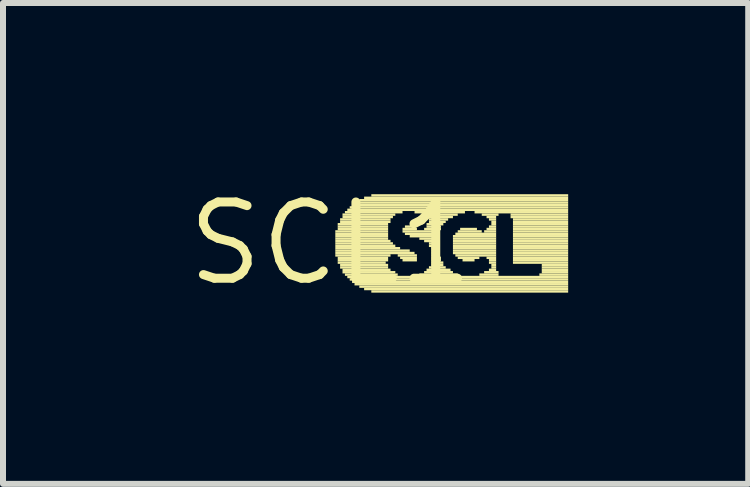
<source format=kicad_pcb>
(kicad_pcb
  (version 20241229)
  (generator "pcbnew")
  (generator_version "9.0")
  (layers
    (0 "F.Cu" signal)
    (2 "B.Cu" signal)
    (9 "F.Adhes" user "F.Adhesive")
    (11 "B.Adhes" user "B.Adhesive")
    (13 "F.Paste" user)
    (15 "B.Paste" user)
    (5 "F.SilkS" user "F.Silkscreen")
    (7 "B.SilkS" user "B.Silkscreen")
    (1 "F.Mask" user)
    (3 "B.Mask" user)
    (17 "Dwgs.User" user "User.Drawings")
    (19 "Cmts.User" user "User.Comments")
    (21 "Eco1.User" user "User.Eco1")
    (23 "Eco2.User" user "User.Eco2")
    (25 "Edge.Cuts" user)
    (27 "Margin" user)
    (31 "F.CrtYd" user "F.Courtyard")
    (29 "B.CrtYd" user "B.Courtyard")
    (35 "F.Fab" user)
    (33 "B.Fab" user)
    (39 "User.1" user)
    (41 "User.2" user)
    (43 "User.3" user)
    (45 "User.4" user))
  (footprint "SCL1"
    (layer "F.Cu")
    (at 2.457 1.006)
    (property "Reference" "SCL1" (at 0 0 0) (layer "F.SilkS") (effects (font (size 1.27 1.27) (thickness 0.15))))
    (attr through_hole)
    (fp_poly (pts (xy 0.08 -0.18) (xy 0.96 -0.18) (xy 0.96 -0.22) (xy 0.08 -0.22)) (stroke (width 0) (type solid)) (fill yes) (layer "F.SilkS"))
    (fp_poly (pts (xy 0.08 -0.14) (xy 0.96 -0.14) (xy 0.96 -0.18) (xy 0.08 -0.18)) (stroke (width 0) (type solid)) (fill yes) (layer "F.SilkS"))
    (fp_poly (pts (xy 0.08 -0.1) (xy 0.96 -0.1) (xy 0.96 -0.14) (xy 0.08 -0.14)) (stroke (width 0) (type solid)) (fill yes) (layer "F.SilkS"))
    (fp_poly (pts (xy 0.08 -0.06) (xy 0.96 -0.06) (xy 0.96 -0.1) (xy 0.08 -0.1)) (stroke (width 0) (type solid)) (fill yes) (layer "F.SilkS"))
    (fp_poly (pts (xy 0.08 -0.02) (xy 1 -0.02) (xy 1 -0.06) (xy 0.08 -0.06)) (stroke (width 0) (type solid)) (fill yes) (layer "F.SilkS"))
    (fp_poly (pts (xy 0.08 0.02) (xy 1.04 0.02) (xy 1.04 -0.02) (xy 0.08 -0.02)) (stroke (width 0) (type solid)) (fill yes) (layer "F.SilkS"))
    (fp_poly (pts (xy 0.08 0.06) (xy 1.08 0.06) (xy 1.08 0.02) (xy 0.08 0.02)) (stroke (width 0) (type solid)) (fill yes) (layer "F.SilkS"))
    (fp_poly (pts (xy 0.08 0.1) (xy 1.16 0.1) (xy 1.16 0.06) (xy 0.08 0.06)) (stroke (width 0) (type solid)) (fill yes) (layer "F.SilkS"))
    (fp_poly (pts (xy 0.08 0.14) (xy 1.32 0.14) (xy 1.32 0.1) (xy 0.08 0.1)) (stroke (width 0) (type solid)) (fill yes) (layer "F.SilkS"))
    (fp_poly (pts (xy 0.08 0.18) (xy 1.4 0.18) (xy 1.4 0.14) (xy 0.08 0.14)) (stroke (width 0) (type solid)) (fill yes) (layer "F.SilkS"))
    (fp_poly (pts (xy 0.08 0.22) (xy 1 0.22) (xy 1 0.18) (xy 0.08 0.18)) (stroke (width 0) (type solid)) (fill yes) (layer "F.SilkS"))
    (fp_poly (pts (xy 0.12 -0.3) (xy 0.96 -0.3) (xy 0.96 -0.34) (xy 0.12 -0.34)) (stroke (width 0) (type solid)) (fill yes) (layer "F.SilkS"))
    (fp_poly (pts (xy 0.12 -0.26) (xy 0.96 -0.26) (xy 0.96 -0.3) (xy 0.12 -0.3)) (stroke (width 0) (type solid)) (fill yes) (layer "F.SilkS"))
    (fp_poly (pts (xy 0.12 -0.22) (xy 0.96 -0.22) (xy 0.96 -0.26) (xy 0.12 -0.26)) (stroke (width 0) (type solid)) (fill yes) (layer "F.SilkS"))
    (fp_poly (pts (xy 0.12 0.26) (xy 0.96 0.26) (xy 0.96 0.22) (xy 0.12 0.22)) (stroke (width 0) (type solid)) (fill yes) (layer "F.SilkS"))
    (fp_poly (pts (xy 0.12 0.3) (xy 0.96 0.3) (xy 0.96 0.26) (xy 0.12 0.26)) (stroke (width 0) (type solid)) (fill yes) (layer "F.SilkS"))
    (fp_poly (pts (xy 0.12 0.34) (xy 0.92 0.34) (xy 0.92 0.3) (xy 0.12 0.3)) (stroke (width 0) (type solid)) (fill yes) (layer "F.SilkS"))
    (fp_poly (pts (xy 0.16 -0.38) (xy 1 -0.38) (xy 1 -0.42) (xy 0.16 -0.42)) (stroke (width 0) (type solid)) (fill yes) (layer "F.SilkS"))
    (fp_poly (pts (xy 0.16 -0.34) (xy 1 -0.34) (xy 1 -0.38) (xy 0.16 -0.38)) (stroke (width 0) (type solid)) (fill yes) (layer "F.SilkS"))
    (fp_poly (pts (xy 0.16 0.38) (xy 0.96 0.38) (xy 0.96 0.34) (xy 0.16 0.34)) (stroke (width 0) (type solid)) (fill yes) (layer "F.SilkS"))
    (fp_poly (pts (xy 0.16 0.42) (xy 0.96 0.42) (xy 0.96 0.38) (xy 0.16 0.38)) (stroke (width 0) (type solid)) (fill yes) (layer "F.SilkS"))
    (fp_poly (pts (xy 0.2 -0.46) (xy 1.08 -0.46) (xy 1.08 -0.5) (xy 0.2 -0.5)) (stroke (width 0) (type solid)) (fill yes) (layer "F.SilkS"))
    (fp_poly (pts (xy 0.2 -0.42) (xy 1.04 -0.42) (xy 1.04 -0.46) (xy 0.2 -0.46)) (stroke (width 0) (type solid)) (fill yes) (layer "F.SilkS"))
    (fp_poly (pts (xy 0.2 0.46) (xy 1 0.46) (xy 1 0.42) (xy 0.2 0.42)) (stroke (width 0) (type solid)) (fill yes) (layer "F.SilkS"))
    (fp_poly (pts (xy 0.2 0.5) (xy 1.08 0.5) (xy 1.08 0.46) (xy 0.2 0.46)) (stroke (width 0) (type solid)) (fill yes) (layer "F.SilkS"))
    (fp_poly (pts (xy 0.24 -0.5) (xy 1.2 -0.5) (xy 1.2 -0.54) (xy 0.24 -0.54)) (stroke (width 0) (type solid)) (fill yes) (layer "F.SilkS"))
    (fp_poly (pts (xy 0.24 0.54) (xy 1.12 0.54) (xy 1.12 0.5) (xy 0.24 0.5)) (stroke (width 0) (type solid)) (fill yes) (layer "F.SilkS"))
    (fp_poly (pts (xy 0.28 -0.54) (xy 3.96 -0.54) (xy 3.96 -0.58) (xy 0.28 -0.58)) (stroke (width 0) (type solid)) (fill yes) (layer "F.SilkS"))
    (fp_poly (pts (xy 0.28 0.58) (xy 3.96 0.58) (xy 3.96 0.54) (xy 0.28 0.54)) (stroke (width 0) (type solid)) (fill yes) (layer "F.SilkS"))
    (fp_poly (pts (xy 0.32 -0.58) (xy 3.96 -0.58) (xy 3.96 -0.62) (xy 0.32 -0.62)) (stroke (width 0) (type solid)) (fill yes) (layer "F.SilkS"))
    (fp_poly (pts (xy 0.32 0.62) (xy 3.96 0.62) (xy 3.96 0.58) (xy 0.32 0.58)) (stroke (width 0) (type solid)) (fill yes) (layer "F.SilkS"))
    (fp_poly (pts (xy 0.36 -0.62) (xy 3.96 -0.62) (xy 3.96 -0.66) (xy 0.36 -0.66)) (stroke (width 0) (type solid)) (fill yes) (layer "F.SilkS"))
    (fp_poly (pts (xy 0.36 0.66) (xy 3.96 0.66) (xy 3.96 0.62) (xy 0.36 0.62)) (stroke (width 0) (type solid)) (fill yes) (layer "F.SilkS"))
    (fp_poly (pts (xy 0.4 -0.66) (xy 3.96 -0.66) (xy 3.96 -0.7) (xy 0.4 -0.7)) (stroke (width 0) (type solid)) (fill yes) (layer "F.SilkS"))
    (fp_poly (pts (xy 0.4 0.7) (xy 3.96 0.7) (xy 3.96 0.66) (xy 0.4 0.66)) (stroke (width 0) (type solid)) (fill yes) (layer "F.SilkS"))
    (fp_poly (pts (xy 0.48 -0.7) (xy 3.96 -0.7) (xy 3.96 -0.74) (xy 0.48 -0.74)) (stroke (width 0) (type solid)) (fill yes) (layer "F.SilkS"))
    (fp_poly (pts (xy 0.48 0.74) (xy 3.96 0.74) (xy 3.96 0.7) (xy 0.48 0.7)) (stroke (width 0) (type solid)) (fill yes) (layer "F.SilkS"))
    (fp_poly (pts (xy 0.56 -0.74) (xy 3.96 -0.74) (xy 3.96 -0.78) (xy 0.56 -0.78)) (stroke (width 0) (type solid)) (fill yes) (layer "F.SilkS"))
    (fp_poly (pts (xy 0.56 0.78) (xy 3.96 0.78) (xy 3.96 0.74) (xy 0.56 0.74)) (stroke (width 0) (type solid)) (fill yes) (layer "F.SilkS"))
    (fp_poly (pts (xy 0.68 -0.78) (xy 3.96 -0.78) (xy 3.96 -0.82) (xy 0.68 -0.82)) (stroke (width 0) (type solid)) (fill yes) (layer "F.SilkS"))
    (fp_poly (pts (xy 0.68 0.82) (xy 3.96 0.82) (xy 3.96 0.78) (xy 0.68 0.78)) (stroke (width 0) (type solid)) (fill yes) (layer "F.SilkS"))
    (fp_poly (pts (xy 1.12 0.22) (xy 1.44 0.22) (xy 1.44 0.18) (xy 1.12 0.18)) (stroke (width 0) (type solid)) (fill yes) (layer "F.SilkS"))
    (fp_poly (pts (xy 1.16 0.26) (xy 1.44 0.26) (xy 1.44 0.22) (xy 1.16 0.22)) (stroke (width 0) (type solid)) (fill yes) (layer "F.SilkS"))
    (fp_poly (pts (xy 1.2 -0.22) (xy 1.44 -0.22) (xy 1.44 -0.26) (xy 1.2 -0.26)) (stroke (width 0) (type solid)) (fill yes) (layer "F.SilkS"))
    (fp_poly (pts (xy 1.2 -0.18) (xy 1.8 -0.18) (xy 1.8 -0.22) (xy 1.2 -0.22)) (stroke (width 0) (type solid)) (fill yes) (layer "F.SilkS"))
    (fp_poly (pts (xy 1.2 0.3) (xy 1.44 0.3) (xy 1.44 0.26) (xy 1.2 0.26)) (stroke (width 0) (type solid)) (fill yes) (layer "F.SilkS"))
    (fp_poly (pts (xy 1.24 -0.26) (xy 1.4 -0.26) (xy 1.4 -0.3) (xy 1.24 -0.3)) (stroke (width 0) (type solid)) (fill yes) (layer "F.SilkS"))
    (fp_poly (pts (xy 1.24 -0.14) (xy 1.8 -0.14) (xy 1.8 -0.18) (xy 1.24 -0.18)) (stroke (width 0) (type solid)) (fill yes) (layer "F.SilkS"))
    (fp_poly (pts (xy 1.32 -0.1) (xy 1.8 -0.1) (xy 1.8 -0.14) (xy 1.32 -0.14)) (stroke (width 0) (type solid)) (fill yes) (layer "F.SilkS"))
    (fp_poly (pts (xy 1.4 -0.5) (xy 2.24 -0.5) (xy 2.24 -0.54) (xy 1.4 -0.54)) (stroke (width 0) (type solid)) (fill yes) (layer "F.SilkS"))
    (fp_poly (pts (xy 1.48 -0.06) (xy 1.76 -0.06) (xy 1.76 -0.1) (xy 1.48 -0.1)) (stroke (width 0) (type solid)) (fill yes) (layer "F.SilkS"))
    (fp_poly (pts (xy 1.48 0.54) (xy 2.12 0.54) (xy 2.12 0.5) (xy 1.48 0.5)) (stroke (width 0) (type solid)) (fill yes) (layer "F.SilkS"))
    (fp_poly (pts (xy 1.52 -0.46) (xy 2.12 -0.46) (xy 2.12 -0.5) (xy 1.52 -0.5)) (stroke (width 0) (type solid)) (fill yes) (layer "F.SilkS"))
    (fp_poly (pts (xy 1.56 -0.22) (xy 1.84 -0.22) (xy 1.84 -0.26) (xy 1.56 -0.26)) (stroke (width 0) (type solid)) (fill yes) (layer "F.SilkS"))
    (fp_poly (pts (xy 1.56 -0.02) (xy 1.76 -0.02) (xy 1.76 -0.06) (xy 1.56 -0.06)) (stroke (width 0) (type solid)) (fill yes) (layer "F.SilkS"))
    (fp_poly (pts (xy 1.56 0.5) (xy 2.04 0.5) (xy 2.04 0.46) (xy 1.56 0.46)) (stroke (width 0) (type solid)) (fill yes) (layer "F.SilkS"))
    (fp_poly (pts (xy 1.6 -0.42) (xy 2.04 -0.42) (xy 2.04 -0.46) (xy 1.6 -0.46)) (stroke (width 0) (type solid)) (fill yes) (layer "F.SilkS"))
    (fp_poly (pts (xy 1.6 -0.3) (xy 1.88 -0.3) (xy 1.88 -0.34) (xy 1.6 -0.34)) (stroke (width 0) (type solid)) (fill yes) (layer "F.SilkS"))
    (fp_poly (pts (xy 1.6 -0.26) (xy 1.84 -0.26) (xy 1.84 -0.3) (xy 1.6 -0.3)) (stroke (width 0) (type solid)) (fill yes) (layer "F.SilkS"))
    (fp_poly (pts (xy 1.6 0.46) (xy 2 0.46) (xy 2 0.42) (xy 1.6 0.42)) (stroke (width 0) (type solid)) (fill yes) (layer "F.SilkS"))
    (fp_poly (pts (xy 1.64 -0.38) (xy 1.96 -0.38) (xy 1.96 -0.42) (xy 1.64 -0.42)) (stroke (width 0) (type solid)) (fill yes) (layer "F.SilkS"))
    (fp_poly (pts (xy 1.64 -0.34) (xy 1.92 -0.34) (xy 1.92 -0.38) (xy 1.64 -0.38)) (stroke (width 0) (type solid)) (fill yes) (layer "F.SilkS"))
    (fp_poly (pts (xy 1.64 0.02) (xy 1.76 0.02) (xy 1.76 -0.02) (xy 1.64 -0.02)) (stroke (width 0) (type solid)) (fill yes) (layer "F.SilkS"))
    (fp_poly (pts (xy 1.64 0.06) (xy 1.76 0.06) (xy 1.76 0.02) (xy 1.64 0.02)) (stroke (width 0) (type solid)) (fill yes) (layer "F.SilkS"))
    (fp_poly (pts (xy 1.64 0.42) (xy 1.92 0.42) (xy 1.92 0.38) (xy 1.64 0.38)) (stroke (width 0) (type solid)) (fill yes) (layer "F.SilkS"))
    (fp_poly (pts (xy 1.68 0.1) (xy 1.76 0.1) (xy 1.76 0.06) (xy 1.68 0.06)) (stroke (width 0) (type solid)) (fill yes) (layer "F.SilkS"))
    (fp_poly (pts (xy 1.68 0.14) (xy 1.8 0.14) (xy 1.8 0.1) (xy 1.68 0.1)) (stroke (width 0) (type solid)) (fill yes) (layer "F.SilkS"))
    (fp_poly (pts (xy 1.68 0.18) (xy 1.8 0.18) (xy 1.8 0.14) (xy 1.68 0.14)) (stroke (width 0) (type solid)) (fill yes) (layer "F.SilkS"))
    (fp_poly (pts (xy 1.68 0.22) (xy 1.8 0.22) (xy 1.8 0.18) (xy 1.68 0.18)) (stroke (width 0) (type solid)) (fill yes) (layer "F.SilkS"))
    (fp_poly (pts (xy 1.68 0.26) (xy 1.84 0.26) (xy 1.84 0.22) (xy 1.68 0.22)) (stroke (width 0) (type solid)) (fill yes) (layer "F.SilkS"))
    (fp_poly (pts (xy 1.68 0.3) (xy 1.84 0.3) (xy 1.84 0.26) (xy 1.68 0.26)) (stroke (width 0) (type solid)) (fill yes) (layer "F.SilkS"))
    (fp_poly (pts (xy 1.68 0.34) (xy 1.88 0.34) (xy 1.88 0.3) (xy 1.68 0.3)) (stroke (width 0) (type solid)) (fill yes) (layer "F.SilkS"))
    (fp_poly (pts (xy 1.68 0.38) (xy 1.88 0.38) (xy 1.88 0.34) (xy 1.68 0.34)) (stroke (width 0) (type solid)) (fill yes) (layer "F.SilkS"))
    (fp_poly (pts (xy 2.04 -0.1) (xy 2.76 -0.1) (xy 2.76 -0.14) (xy 2.04 -0.14)) (stroke (width 0) (type solid)) (fill yes) (layer "F.SilkS"))
    (fp_poly (pts (xy 2.04 -0.06) (xy 2.76 -0.06) (xy 2.76 -0.1) (xy 2.04 -0.1)) (stroke (width 0) (type solid)) (fill yes) (layer "F.SilkS"))
    (fp_poly (pts (xy 2.04 -0.02) (xy 2.76 -0.02) (xy 2.76 -0.06) (xy 2.04 -0.06)) (stroke (width 0) (type solid)) (fill yes) (layer "F.SilkS"))
    (fp_poly (pts (xy 2.04 0.02) (xy 2.76 0.02) (xy 2.76 -0.02) (xy 2.04 -0.02)) (stroke (width 0) (type solid)) (fill yes) (layer "F.SilkS"))
    (fp_poly (pts (xy 2.04 0.06) (xy 2.76 0.06) (xy 2.76 0.02) (xy 2.04 0.02)) (stroke (width 0) (type solid)) (fill yes) (layer "F.SilkS"))
    (fp_poly (pts (xy 2.04 0.1) (xy 2.76 0.1) (xy 2.76 0.06) (xy 2.04 0.06)) (stroke (width 0) (type solid)) (fill yes) (layer "F.SilkS"))
    (fp_poly (pts (xy 2.04 0.14) (xy 2.76 0.14) (xy 2.76 0.1) (xy 2.04 0.1)) (stroke (width 0) (type solid)) (fill yes) (layer "F.SilkS"))
    (fp_poly (pts (xy 2.04 0.18) (xy 2.76 0.18) (xy 2.76 0.14) (xy 2.04 0.14)) (stroke (width 0) (type solid)) (fill yes) (layer "F.SilkS"))
    (fp_poly (pts (xy 2.08 -0.14) (xy 2.76 -0.14) (xy 2.76 -0.18) (xy 2.08 -0.18)) (stroke (width 0) (type solid)) (fill yes) (layer "F.SilkS"))
    (fp_poly (pts (xy 2.08 0.22) (xy 2.76 0.22) (xy 2.76 0.18) (xy 2.08 0.18)) (stroke (width 0) (type solid)) (fill yes) (layer "F.SilkS"))
    (fp_poly (pts (xy 2.12 -0.18) (xy 2.52 -0.18) (xy 2.52 -0.22) (xy 2.12 -0.22)) (stroke (width 0) (type solid)) (fill yes) (layer "F.SilkS"))
    (fp_poly (pts (xy 2.12 0.26) (xy 2.48 0.26) (xy 2.48 0.22) (xy 2.12 0.22)) (stroke (width 0) (type solid)) (fill yes) (layer "F.SilkS"))
    (fp_poly (pts (xy 2.16 -0.22) (xy 2.44 -0.22) (xy 2.44 -0.26) (xy 2.16 -0.26)) (stroke (width 0) (type solid)) (fill yes) (layer "F.SilkS"))
    (fp_poly (pts (xy 2.2 0.3) (xy 2.4 0.3) (xy 2.4 0.26) (xy 2.2 0.26)) (stroke (width 0) (type solid)) (fill yes) (layer "F.SilkS"))
    (fp_poly (pts (xy 2.4 -0.5) (xy 3.96 -0.5) (xy 3.96 -0.54) (xy 2.4 -0.54)) (stroke (width 0) (type solid)) (fill yes) (layer "F.SilkS"))
    (fp_poly (pts (xy 2.48 0.54) (xy 2.8 0.54) (xy 2.8 0.5) (xy 2.48 0.5)) (stroke (width 0) (type solid)) (fill yes) (layer "F.SilkS"))
    (fp_poly (pts (xy 2.52 -0.46) (xy 2.8 -0.46) (xy 2.8 -0.5) (xy 2.52 -0.5)) (stroke (width 0) (type solid)) (fill yes) (layer "F.SilkS"))
    (fp_poly (pts (xy 2.56 -0.18) (xy 2.76 -0.18) (xy 2.76 -0.22) (xy 2.56 -0.22)) (stroke (width 0) (type solid)) (fill yes) (layer "F.SilkS"))
    (fp_poly (pts (xy 2.56 0.5) (xy 2.8 0.5) (xy 2.8 0.46) (xy 2.56 0.46)) (stroke (width 0) (type solid)) (fill yes) (layer "F.SilkS"))
    (fp_poly (pts (xy 2.6 -0.42) (xy 2.76 -0.42) (xy 2.76 -0.46) (xy 2.6 -0.46)) (stroke (width 0) (type solid)) (fill yes) (layer "F.SilkS"))
    (fp_poly (pts (xy 2.6 -0.22) (xy 2.76 -0.22) (xy 2.76 -0.26) (xy 2.6 -0.26)) (stroke (width 0) (type solid)) (fill yes) (layer "F.SilkS"))
    (fp_poly (pts (xy 2.6 0.26) (xy 2.76 0.26) (xy 2.76 0.22) (xy 2.6 0.22)) (stroke (width 0) (type solid)) (fill yes) (layer "F.SilkS"))
    (fp_poly (pts (xy 2.64 -0.38) (xy 2.76 -0.38) (xy 2.76 -0.42) (xy 2.64 -0.42)) (stroke (width 0) (type solid)) (fill yes) (layer "F.SilkS"))
    (fp_poly (pts (xy 2.64 -0.26) (xy 2.76 -0.26) (xy 2.76 -0.3) (xy 2.64 -0.3)) (stroke (width 0) (type solid)) (fill yes) (layer "F.SilkS"))
    (fp_poly (pts (xy 2.64 0.3) (xy 2.76 0.3) (xy 2.76 0.26) (xy 2.64 0.26)) (stroke (width 0) (type solid)) (fill yes) (layer "F.SilkS"))
    (fp_poly (pts (xy 2.64 0.34) (xy 2.76 0.34) (xy 2.76 0.3) (xy 2.64 0.3)) (stroke (width 0) (type solid)) (fill yes) (layer "F.SilkS"))
    (fp_poly (pts (xy 2.64 0.46) (xy 2.76 0.46) (xy 2.76 0.42) (xy 2.64 0.42)) (stroke (width 0) (type solid)) (fill yes) (layer "F.SilkS"))
    (fp_poly (pts (xy 2.68 -0.34) (xy 2.76 -0.34) (xy 2.76 -0.38) (xy 2.68 -0.38)) (stroke (width 0) (type solid)) (fill yes) (layer "F.SilkS"))
    (fp_poly (pts (xy 2.68 -0.3) (xy 2.76 -0.3) (xy 2.76 -0.34) (xy 2.68 -0.34)) (stroke (width 0) (type solid)) (fill yes) (layer "F.SilkS"))
    (fp_poly (pts (xy 2.68 0.38) (xy 2.76 0.38) (xy 2.76 0.34) (xy 2.68 0.34)) (stroke (width 0) (type solid)) (fill yes) (layer "F.SilkS"))
    (fp_poly (pts (xy 2.68 0.42) (xy 2.76 0.42) (xy 2.76 0.38) (xy 2.68 0.38)) (stroke (width 0) (type solid)) (fill yes) (layer "F.SilkS"))
    (fp_poly (pts (xy 3 -0.46) (xy 3.96 -0.46) (xy 3.96 -0.5) (xy 3 -0.5)) (stroke (width 0) (type solid)) (fill yes) (layer "F.SilkS"))
    (fp_poly (pts (xy 3 -0.42) (xy 3.96 -0.42) (xy 3.96 -0.46) (xy 3 -0.46)) (stroke (width 0) (type solid)) (fill yes) (layer "F.SilkS"))
    (fp_poly (pts (xy 3.04 -0.38) (xy 3.96 -0.38) (xy 3.96 -0.42) (xy 3.04 -0.42)) (stroke (width 0) (type solid)) (fill yes) (layer "F.SilkS"))
    (fp_poly (pts (xy 3.04 -0.34) (xy 3.96 -0.34) (xy 3.96 -0.38) (xy 3.04 -0.38)) (stroke (width 0) (type solid)) (fill yes) (layer "F.SilkS"))
    (fp_poly (pts (xy 3.04 -0.3) (xy 3.96 -0.3) (xy 3.96 -0.34) (xy 3.04 -0.34)) (stroke (width 0) (type solid)) (fill yes) (layer "F.SilkS"))
    (fp_poly (pts (xy 3.04 -0.26) (xy 3.96 -0.26) (xy 3.96 -0.3) (xy 3.04 -0.3)) (stroke (width 0) (type solid)) (fill yes) (layer "F.SilkS"))
    (fp_poly (pts (xy 3.04 -0.22) (xy 3.96 -0.22) (xy 3.96 -0.26) (xy 3.04 -0.26)) (stroke (width 0) (type solid)) (fill yes) (layer "F.SilkS"))
    (fp_poly (pts (xy 3.04 -0.18) (xy 3.96 -0.18) (xy 3.96 -0.22) (xy 3.04 -0.22)) (stroke (width 0) (type solid)) (fill yes) (layer "F.SilkS"))
    (fp_poly (pts (xy 3.04 -0.14) (xy 3.96 -0.14) (xy 3.96 -0.18) (xy 3.04 -0.18)) (stroke (width 0) (type solid)) (fill yes) (layer "F.SilkS"))
    (fp_poly (pts (xy 3.04 -0.1) (xy 3.96 -0.1) (xy 3.96 -0.14) (xy 3.04 -0.14)) (stroke (width 0) (type solid)) (fill yes) (layer "F.SilkS"))
    (fp_poly (pts (xy 3.04 -0.06) (xy 3.96 -0.06) (xy 3.96 -0.1) (xy 3.04 -0.1)) (stroke (width 0) (type solid)) (fill yes) (layer "F.SilkS"))
    (fp_poly (pts (xy 3.04 -0.02) (xy 3.96 -0.02) (xy 3.96 -0.06) (xy 3.04 -0.06)) (stroke (width 0) (type solid)) (fill yes) (layer "F.SilkS"))
    (fp_poly (pts (xy 3.04 0.02) (xy 3.96 0.02) (xy 3.96 -0.02) (xy 3.04 -0.02)) (stroke (width 0) (type solid)) (fill yes) (layer "F.SilkS"))
    (fp_poly (pts (xy 3.04 0.06) (xy 3.96 0.06) (xy 3.96 0.02) (xy 3.04 0.02)) (stroke (width 0) (type solid)) (fill yes) (layer "F.SilkS"))
    (fp_poly (pts (xy 3.04 0.1) (xy 3.96 0.1) (xy 3.96 0.06) (xy 3.04 0.06)) (stroke (width 0) (type solid)) (fill yes) (layer "F.SilkS"))
    (fp_poly (pts (xy 3.04 0.14) (xy 3.96 0.14) (xy 3.96 0.1) (xy 3.04 0.1)) (stroke (width 0) (type solid)) (fill yes) (layer "F.SilkS"))
    (fp_poly (pts (xy 3.04 0.18) (xy 3.96 0.18) (xy 3.96 0.14) (xy 3.04 0.14)) (stroke (width 0) (type solid)) (fill yes) (layer "F.SilkS"))
    (fp_poly (pts (xy 3.04 0.22) (xy 3.96 0.22) (xy 3.96 0.18) (xy 3.04 0.18)) (stroke (width 0) (type solid)) (fill yes) (layer "F.SilkS"))
    (fp_poly (pts (xy 3.04 0.26) (xy 3.96 0.26) (xy 3.96 0.22) (xy 3.04 0.22)) (stroke (width 0) (type solid)) (fill yes) (layer "F.SilkS"))
    (fp_poly (pts (xy 3.04 0.3) (xy 3.96 0.3) (xy 3.96 0.26) (xy 3.04 0.26)) (stroke (width 0) (type solid)) (fill yes) (layer "F.SilkS"))
    (fp_poly (pts (xy 3.04 0.34) (xy 3.96 0.34) (xy 3.96 0.3) (xy 3.04 0.3)) (stroke (width 0) (type solid)) (fill yes) (layer "F.SilkS"))
    (fp_poly (pts (xy 3.48 0.54) (xy 3.96 0.54) (xy 3.96 0.5) (xy 3.48 0.5)) (stroke (width 0) (type solid)) (fill yes) (layer "F.SilkS"))
    (fp_poly (pts (xy 3.52 0.38) (xy 3.96 0.38) (xy 3.96 0.34) (xy 3.52 0.34)) (stroke (width 0) (type solid)) (fill yes) (layer "F.SilkS"))
    (fp_poly (pts (xy 3.52 0.42) (xy 3.96 0.42) (xy 3.96 0.38) (xy 3.52 0.38)) (stroke (width 0) (type solid)) (fill yes) (layer "F.SilkS"))
    (fp_poly (pts (xy 3.52 0.46) (xy 3.96 0.46) (xy 3.96 0.42) (xy 3.52 0.42)) (stroke (width 0) (type solid)) (fill yes) (layer "F.SilkS"))
    (fp_poly (pts (xy 3.52 0.5) (xy 3.96 0.5) (xy 3.96 0.46) (xy 3.52 0.46)) (stroke (width 0) (type solid)) (fill yes) (layer "F.SilkS")))
  (gr_rect
    (start -3 -3)
    (end 9.417 5.012)
    (stroke (width 0.1) (type default))
    (fill no)
    (layer "Edge.Cuts")))
</source>
